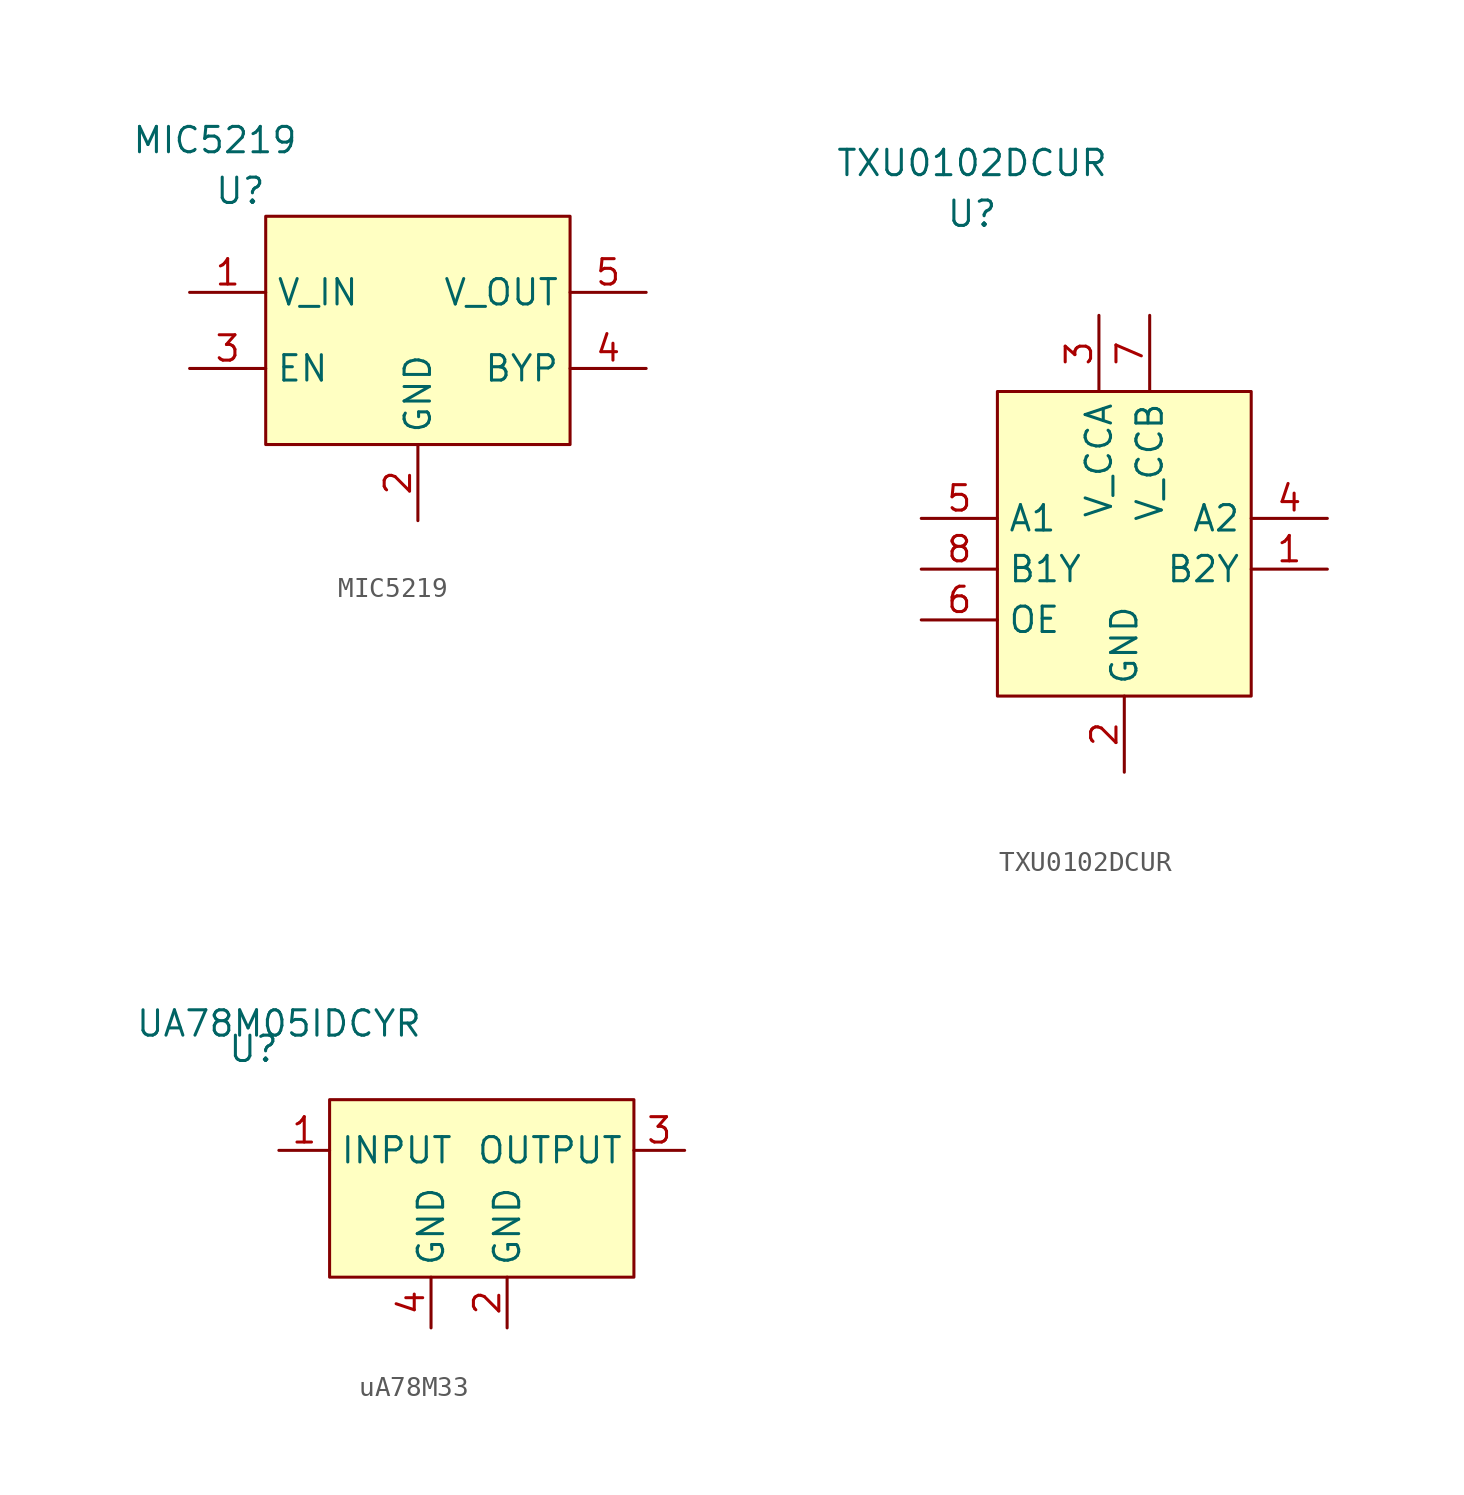
<source format=kicad_sym>
(kicad_symbol_lib
  (version 20220914)
  (generator kicad_symbol_editor)
  (symbol "MIC5219"
    (property "Reference" "U"
      (at -1.27 1.27 0)
      (effects (font (size 1.27 1.27))))
    (property "Value" "MIC5219"
      (at -2.54 3.81 0)
      (effects (font (size 1.27 1.27))))
    (symbol "MIC5219_1_1"
      (rectangle (start 0 0) (end 15.24 -11.43) (stroke (width 0) (type default)) (fill (type background)))
      (pin power_in line (at -3.81 -3.81 0) (length 3.81) (name "V_IN" (effects (font (size 1.27 1.27)))) (number "1" (effects (font (size 1.27 1.27)))))
      (pin passive line (at 7.62 -15.24 90) (length 3.81) (name "GND" (effects (font (size 1.27 1.27)))) (number "2" (effects (font (size 1.27 1.27)))))
      (pin passive line (at -3.81 -7.62 0) (length 3.81) (name "EN" (effects (font (size 1.27 1.27)))) (number "3" (effects (font (size 1.27 1.27)))))
      (pin passive line (at 19.05 -7.62 180) (length 3.81) (name "BYP" (effects (font (size 1.27 1.27)))) (number "4" (effects (font (size 1.27 1.27)))))
      (pin power_out line (at 19.05 -3.81 180) (length 3.81) (name "V_OUT" (effects (font (size 1.27 1.27)))) (number "5" (effects (font (size 1.27 1.27)))))))
  (symbol "TXU0102DCUR"
    (property "Reference" "U"
      (at -1.27 1.27 0)
      (effects (font (size 1.27 1.27))))
    (property "Value" "TXU0102DCUR"
      (at -1.27 3.81 0)
      (effects (font (size 1.27 1.27))))
    (symbol "TXU0102DCUR_1_1"
      (rectangle (start 0 -7.62) (end 12.7 -22.86) (stroke (width 0) (type default)) (fill (type background)))
      (pin passive line (at 16.51 -16.51 180) (length 3.81) (name "B2Y" (effects (font (size 1.27 1.27)))) (number "1" (effects (font (size 1.27 1.27)))))
      (pin passive line (at 6.35 -26.67 90) (length 3.81) (name "GND" (effects (font (size 1.27 1.27)))) (number "2" (effects (font (size 1.27 1.27)))))
      (pin passive line (at 5.08 -3.81 270) (length 3.81) (name "V_CCA" (effects (font (size 1.27 1.27)))) (number "3" (effects (font (size 1.27 1.27)))))
      (pin passive line (at 16.51 -13.97 180) (length 3.81) (name "A2" (effects (font (size 1.27 1.27)))) (number "4" (effects (font (size 1.27 1.27)))))
      (pin passive line (at -3.81 -13.97 0) (length 3.81) (name "A1" (effects (font (size 1.27 1.27)))) (number "5" (effects (font (size 1.27 1.27)))))
      (pin passive line (at -3.81 -19.05 0) (length 3.81) (name "OE" (effects (font (size 1.27 1.27)))) (number "6" (effects (font (size 1.27 1.27)))))
      (pin passive line (at 7.62 -3.81 270) (length 3.81) (name "V_CCB" (effects (font (size 1.27 1.27)))) (number "7" (effects (font (size 1.27 1.27)))))
      (pin passive line (at -3.81 -16.51 0) (length 3.81) (name "B1Y" (effects (font (size 1.27 1.27)))) (number "8" (effects (font (size 1.27 1.27)))))))
  (symbol "uA78M33"
    (property "Reference" "U"
      (at -3.81 2.54 0)
      (effects (font (size 1.27 1.27))))
    (property "Value" "UA78M05IDCYR"
      (at -2.54 3.81 0)
      (effects (font (size 1.27 1.27))))
    (symbol "uA78M33_1_1"
      (rectangle (start 0 0) (end 15.24 -8.89) (stroke (width 0) (type default)) (fill (type background)))
      (pin power_in line (at -2.54 -2.54 0) (length 2.54) (name "INPUT" (effects (font (size 1.27 1.27)))) (number "1" (effects (font (size 1.27 1.27)))))
      (pin passive line (at 8.89 -11.43 90) (length 2.54) (name "GND" (effects (font (size 1.27 1.27)))) (number "2" (effects (font (size 1.27 1.27)))))
      (pin power_out line (at 17.78 -2.54 180) (length 2.54) (name "OUTPUT" (effects (font (size 1.27 1.27)))) (number "3" (effects (font (size 1.27 1.27)))))
      (pin passive line (at 5.08 -11.43 90) (length 2.54) (name "GND" (effects (font (size 1.27 1.27)))) (number "4" (effects (font (size 1.27 1.27))))))))
</source>
